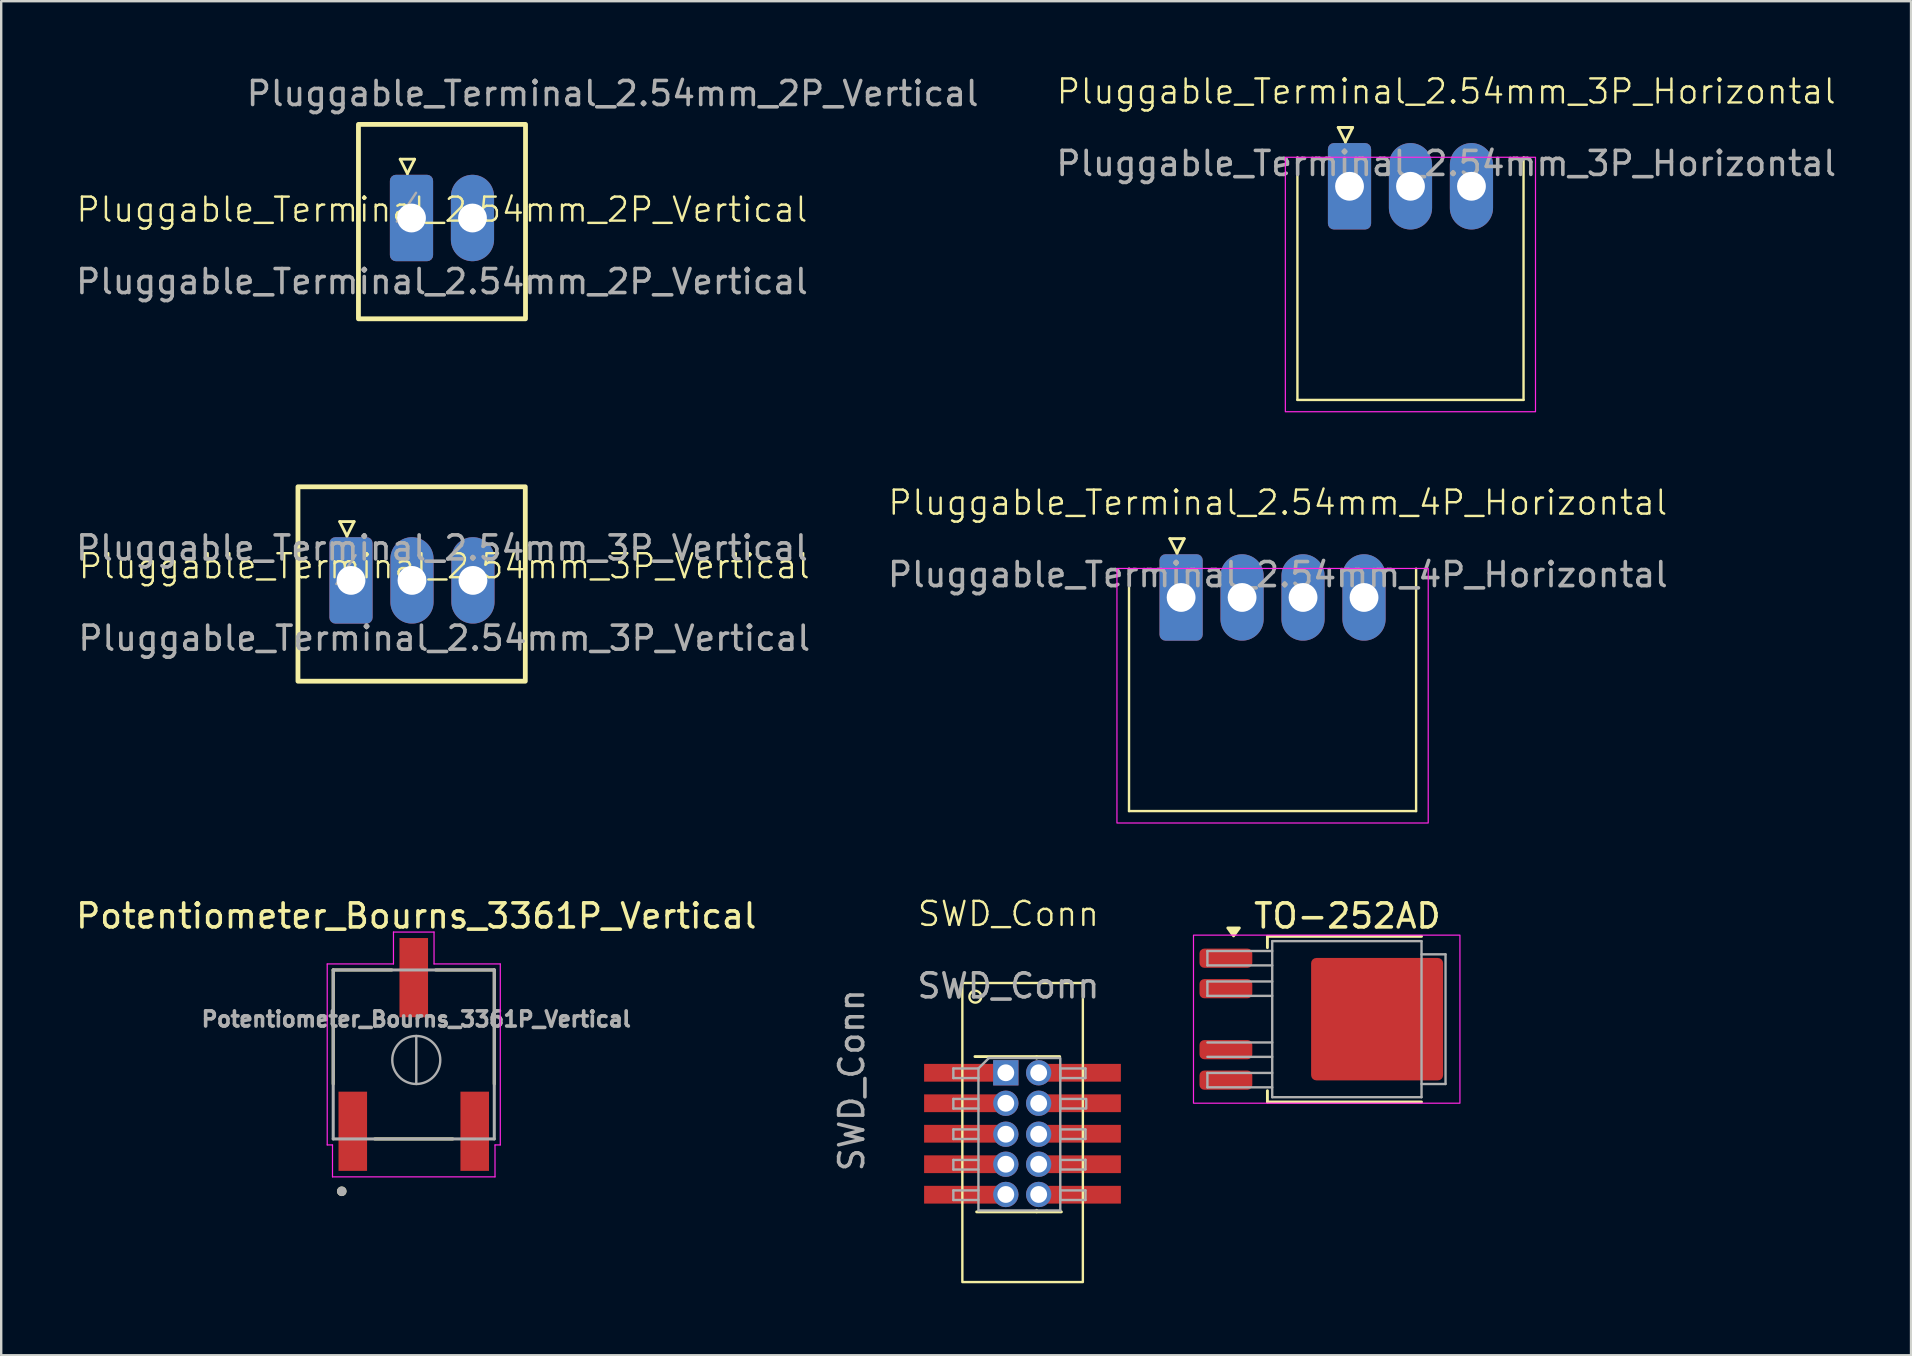
<source format=kicad_pcb>
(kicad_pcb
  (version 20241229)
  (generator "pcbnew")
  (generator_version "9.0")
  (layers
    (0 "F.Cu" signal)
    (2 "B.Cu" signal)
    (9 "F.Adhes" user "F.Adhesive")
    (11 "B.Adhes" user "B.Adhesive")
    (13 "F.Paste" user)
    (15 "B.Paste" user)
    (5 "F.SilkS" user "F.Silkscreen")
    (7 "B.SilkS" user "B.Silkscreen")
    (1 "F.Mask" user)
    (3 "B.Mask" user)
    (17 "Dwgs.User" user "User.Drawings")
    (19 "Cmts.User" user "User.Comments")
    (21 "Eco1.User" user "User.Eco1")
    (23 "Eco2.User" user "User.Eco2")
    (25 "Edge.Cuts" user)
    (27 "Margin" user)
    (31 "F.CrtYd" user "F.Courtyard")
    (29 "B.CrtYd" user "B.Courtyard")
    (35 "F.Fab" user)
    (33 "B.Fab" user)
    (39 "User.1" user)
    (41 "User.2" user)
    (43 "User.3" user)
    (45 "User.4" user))
  (footprint "Pluggable_Terminal_2.54mm_4P_Horizontal"
    (layer "F.Cu")
    (at 50.185 18.39)
    (property "Reference" "Pluggable_Terminal_2.54mm_4P_Horizontal" (at 0 -0.5 0) (unlocked yes) (layer "F.SilkS") (effects (font (size 1 1) (thickness 0.1))))
    (attr through_hole)
    (fp_line (start -6.2 2.25) (end -6.2 12.35) (stroke (width 0.1) (type default)) (layer "F.SilkS"))
    (fp_line (start -6.2 12.35) (end 5.76 12.35) (stroke (width 0.1) (type default)) (layer "F.SilkS"))
    (fp_line (start -4.5 1) (end -3.9 1) (stroke (width 0.12) (type solid)) (layer "F.SilkS"))
    (fp_line (start -4.2 1.6) (end -4.5 1) (stroke (width 0.12) (type solid)) (layer "F.SilkS"))
    (fp_line (start -3.9 1) (end -4.2 1.6) (stroke (width 0.12) (type solid)) (layer "F.SilkS"))
    (fp_line (start 5.76 2.25) (end 5.76 12.35) (stroke (width 0.1) (type default)) (layer "F.SilkS"))
    (fp_rect (start -6.703 2.242) (end 6.265 12.846) (stroke (width 0.05) (type default)) (fill no) (layer "F.CrtYd"))
    (fp_text user "${REFERENCE}" (at 0 2.5 0) (unlocked yes) (layer "F.Fab") (effects (font (size 1 1) (thickness 0.15))))
    (pad "1" thru_hole roundrect (at -4.03 3.45) (size 1.8 3.6) (drill 1.2) (layers "*.Cu" "*.Mask") (roundrect_rratio 0.139))
    (pad "2" thru_hole oval (at -1.49 3.45) (size 1.8 3.6) (drill 1.2) (layers "*.Cu" "*.Mask"))
    (pad "3" thru_hole oval (at 1.05 3.45) (size 1.8 3.6) (drill 1.2) (layers "*.Cu" "*.Mask"))
    (pad "4" thru_hole oval (at 3.59 3.45) (size 1.8 3.6) (drill 1.2) (layers "*.Cu" "*.Mask")))
  (footprint "Pluggable_Terminal_2.54mm_2P_Vertical"
    (layer "F.Cu")
    (at 15.363 6.182)
    (property "Reference" "Pluggable_Terminal_2.54mm_2P_Vertical" (at 0 -0.5 0) (unlocked yes) (layer "F.SilkS") (effects (font (size 1 1) (thickness 0.1))))
    (attr smd allow_soldermask_bridges)
    (fp_line (start -1.74 -2.6) (end -1.14 -2.6) (stroke (width 0.12) (type solid)) (layer "F.SilkS"))
    (fp_line (start -1.44 -2) (end -1.74 -2.6) (stroke (width 0.12) (type solid)) (layer "F.SilkS"))
    (fp_line (start -1.14 -2.6) (end -1.44 -2) (stroke (width 0.12) (type solid)) (layer "F.SilkS"))
    (fp_rect (start -3.48 -4.05) (end 3.48 4.05) (stroke (width 0.2) (type default)) (fill no) (layer "F.SilkS"))
    (fp_line (start -1.08 -1.2) (end -1.88 0) (stroke (width 0.1) (type solid)) (layer "F.Fab"))
    (fp_text user "${REFERENCE}" (at 0 2.5 0) (unlocked yes) (layer "F.Fab") (effects (font (size 1 1) (thickness 0.15))))
    (fp_text user "${REFERENCE}" (at 7.112 -5.334 0) (unlocked yes) (layer "F.Fab") (effects (font (size 1 1) (thickness 0.15))))
    (pad "1" thru_hole roundrect (at -1.27 -0.15) (size 1.8 3.6) (drill 1.2) (layers "*.Cu" "*.Mask") (roundrect_rratio 0.139))
    (pad "2" thru_hole oval (at 1.27 -0.15) (size 1.8 3.6) (drill 1.2) (layers "*.Cu" "*.Mask")))
  (footprint "Potentiometer_Bourns_3361P_Vertical"
    (layer "F.Cu")
    (at 14.292 41.109)
    (property "Reference" "Potentiometer_Bourns_3361P_Vertical" (at 0 -6 0) (layer "F.SilkS") (effects (font (size 1 1) (thickness 0.15))))
    (attr smd)
    (fp_line (start -3.46 -3.75) (end -3.46 1) (stroke (width 0.127) (type solid)) (layer "F.SilkS"))
    (fp_line (start -1.73 3.29) (end 1.52 3.29) (stroke (width 0.127) (type solid)) (layer "F.SilkS"))
    (fp_line (start -1.02 -3.75) (end -3.46 -3.75) (stroke (width 0.127) (type solid)) (layer "F.SilkS"))
    (fp_line (start 0.81 -3.75) (end 3.25 -3.75) (stroke (width 0.127) (type solid)) (layer "F.SilkS"))
    (fp_line (start 3.25 -3.75) (end 3.25 1) (stroke (width 0.127) (type solid)) (layer "F.SilkS"))
    (fp_circle (center -3.105 5.47) (end -3.105 5.37) (stroke (width 0.2) (type solid)) (fill no) (layer "F.SilkS"))
    (fp_line (start -3.71 -4) (end -0.95 -4) (stroke (width 0.05) (type solid)) (layer "F.CrtYd"))
    (fp_line (start -3.71 3.54) (end -3.71 -4) (stroke (width 0.05) (type solid)) (layer "F.CrtYd"))
    (fp_line (start -3.49 3.54) (end -3.71 3.54) (stroke (width 0.05) (type solid)) (layer "F.CrtYd"))
    (fp_line (start -3.49 4.87) (end -3.49 3.54) (stroke (width 0.05) (type solid)) (layer "F.CrtYd"))
    (fp_line (start -0.95 -5.33) (end 0.74 -5.33) (stroke (width 0.05) (type solid)) (layer "F.CrtYd"))
    (fp_line (start -0.95 -4) (end -0.95 -5.33) (stroke (width 0.05) (type solid)) (layer "F.CrtYd"))
    (fp_line (start 0.74 -5.33) (end 0.74 -4) (stroke (width 0.05) (type solid)) (layer "F.CrtYd"))
    (fp_line (start 0.74 -4) (end 3.5 -4) (stroke (width 0.05) (type solid)) (layer "F.CrtYd"))
    (fp_line (start 3.28 3.54) (end 3.28 4.87) (stroke (width 0.05) (type solid)) (layer "F.CrtYd"))
    (fp_line (start 3.28 4.87) (end -3.49 4.87) (stroke (width 0.05) (type solid)) (layer "F.CrtYd"))
    (fp_line (start 3.5 -4) (end 3.5 3.54) (stroke (width 0.05) (type solid)) (layer "F.CrtYd"))
    (fp_line (start 3.5 3.54) (end 3.28 3.54) (stroke (width 0.05) (type solid)) (layer "F.CrtYd"))
    (fp_line (start -3.46 -3.75) (end -3.46 3.29) (stroke (width 0.127) (type solid)) (layer "F.Fab"))
    (fp_line (start -3.46 3.29) (end 3.25 3.29) (stroke (width 0.127) (type solid)) (layer "F.Fab"))
    (fp_line (start 0 1) (end 0 -1) (stroke (width 0.1) (type solid)) (layer "F.Fab"))
    (fp_line (start 3.25 -3.75) (end -3.46 -3.75) (stroke (width 0.127) (type solid)) (layer "F.Fab"))
    (fp_line (start 3.25 3.29) (end 3.25 -3.75) (stroke (width 0.127) (type solid)) (layer "F.Fab"))
    (fp_circle (center -3.105 5.47) (end -3.105 5.37) (stroke (width 0.2) (type solid)) (fill no) (layer "F.Fab"))
    (fp_circle (center 0 0) (end 1 0) (stroke (width 0.1) (type solid)) (fill no) (layer "F.Fab"))
    (fp_text user "${REFERENCE}" (at 0 -1.7 0) (layer "F.Fab") (effects (font (size 0.63 0.63) (thickness 0.15))))
    (pad "1" smd rect (at -2.645 2.97 90) (size 3.3 1.19) (layers "F.Cu" "F.Mask" "F.Paste"))
    (pad "2" smd rect (at -0.105 -3.43 90) (size 3.3 1.19) (layers "F.Cu" "F.Mask" "F.Paste"))
    (pad "3" smd rect (at 2.435 2.97 90) (size 3.3 1.19) (layers "F.Cu" "F.Mask" "F.Paste")))
  (footprint "Pluggable_Terminal_2.54mm_3P_Horizontal"
    (layer "F.Cu")
    (at 57.201 1.26)
    (property "Reference" "Pluggable_Terminal_2.54mm_3P_Horizontal" (at 0 -0.5 0) (unlocked yes) (layer "F.SilkS") (effects (font (size 1 1) (thickness 0.1))))
    (attr through_hole)
    (fp_line (start -6.2 2.25) (end -6.2 12.35) (stroke (width 0.1) (type default)) (layer "F.SilkS"))
    (fp_line (start -6.2 12.35) (end 3.22 12.35) (stroke (width 0.1) (type default)) (layer "F.SilkS"))
    (fp_line (start -4.5 1) (end -3.9 1) (stroke (width 0.12) (type solid)) (layer "F.SilkS"))
    (fp_line (start -4.2 1.6) (end -4.5 1) (stroke (width 0.12) (type solid)) (layer "F.SilkS"))
    (fp_line (start -3.9 1) (end -4.2 1.6) (stroke (width 0.12) (type solid)) (layer "F.SilkS"))
    (fp_line (start 3.22 2.25) (end 3.22 12.35) (stroke (width 0.1) (type default)) (layer "F.SilkS"))
    (fp_rect (start -6.703 2.242) (end 3.718 12.844) (stroke (width 0.05) (type default)) (fill no) (layer "F.CrtYd"))
    (fp_text user "${REFERENCE}" (at 0 2.5 0) (unlocked yes) (layer "F.Fab") (effects (font (size 1 1) (thickness 0.15))))
    (pad "1" thru_hole roundrect (at -4.03 3.45) (size 1.8 3.6) (drill 1.2) (layers "*.Cu" "*.Mask") (roundrect_rratio 0.139))
    (pad "2" thru_hole oval (at -1.49 3.45) (size 1.8 3.6) (drill 1.2) (layers "*.Cu" "*.Mask"))
    (pad "3" thru_hole oval (at 1.05 3.45) (size 1.8 3.6) (drill 1.2) (layers "*.Cu" "*.Mask")))
  (footprint "TO-252AD"
    (layer "F.Cu")
    (at 53.081 35.609)
    (property "Reference" "TO-252AD" (at 0 -0.5 0) (unlocked yes) (layer "F.SilkS") (effects (font (size 1 1) (thickness 0.15))))
    (attr smd)
    (fp_line (start -3.33 0.35) (end -3.33 0.82) (stroke (width 0.12) (type solid)) (layer "F.SilkS"))
    (fp_line (start -3.33 7.25) (end -3.33 6.78) (stroke (width 0.12) (type solid)) (layer "F.SilkS"))
    (fp_line (start 3.09 0.35) (end -3.33 0.35) (stroke (width 0.12) (type solid)) (layer "F.SilkS"))
    (fp_line (start 3.09 7.25) (end -3.33 7.25) (stroke (width 0.12) (type solid)) (layer "F.SilkS"))
    (fp_poly (pts (xy -4.74 0.33) (xy -4.98 0) (xy -4.5 0) (xy -4.74 0.33)) (stroke (width 0.12) (type solid)) (fill yes) (layer "F.SilkS"))
    (fp_rect (start -6.41 0.3) (end 4.69 7.3) (stroke (width 0.05) (type solid)) (fill no) (layer "F.CrtYd"))
    (fp_line (start -5.83 0.96) (end -5.83 1.56) (stroke (width 0.1) (type solid)) (layer "F.Fab"))
    (fp_line (start -5.83 1.56) (end -3.13 1.56) (stroke (width 0.1) (type solid)) (layer "F.Fab"))
    (fp_line (start -5.83 2.23) (end -5.83 2.83) (stroke (width 0.1) (type solid)) (layer "F.Fab"))
    (fp_line (start -5.83 2.83) (end -3.13 2.83) (stroke (width 0.1) (type solid)) (layer "F.Fab"))
    (fp_line (start -5.83 5.37) (end -3.13 5.37) (stroke (width 0.1) (type solid)) (layer "F.Fab"))
    (fp_line (start -5.83 6.04) (end -5.83 6.64) (stroke (width 0.1) (type solid)) (layer "F.Fab"))
    (fp_line (start -5.83 6.64) (end -3.13 6.64) (stroke (width 0.1) (type solid)) (layer "F.Fab"))
    (fp_line (start -3.13 0.55) (end 3.09 0.55) (stroke (width 0.1) (type solid)) (layer "F.Fab"))
    (fp_line (start -3.13 0.96) (end -5.83 0.96) (stroke (width 0.1) (type solid)) (layer "F.Fab"))
    (fp_line (start -3.13 2.23) (end -5.83 2.23) (stroke (width 0.1) (type solid)) (layer "F.Fab"))
    (fp_line (start -3.13 4.77) (end -5.83 4.77) (stroke (width 0.1) (type solid)) (layer "F.Fab"))
    (fp_line (start -3.13 6.04) (end -5.83 6.04) (stroke (width 0.1) (type solid)) (layer "F.Fab"))
    (fp_line (start -3.13 7.05) (end -3.13 0.55) (stroke (width 0.1) (type solid)) (layer "F.Fab"))
    (fp_line (start 3.09 0.55) (end 3.09 7.05) (stroke (width 0.1) (type solid)) (layer "F.Fab"))
    (fp_line (start 3.09 1.1) (end 4.09 1.1) (stroke (width 0.1) (type solid)) (layer "F.Fab"))
    (fp_line (start 3.09 7.05) (end -3.13 7.05) (stroke (width 0.1) (type solid)) (layer "F.Fab"))
    (fp_line (start 4.09 1.1) (end 4.09 6.5) (stroke (width 0.1) (type solid)) (layer "F.Fab"))
    (fp_line (start 4.09 6.5) (end 3.09 6.5) (stroke (width 0.1) (type solid)) (layer "F.Fab"))
    (pad "1" smd roundrect (at -5.06 1.26) (size 2.2 0.8) (layers "F.Cu" "F.Mask" "F.Paste") (roundrect_rratio 0.25))
    (pad "2" smd roundrect (at -5.06 2.53) (size 2.2 0.8) (layers "F.Cu" "F.Mask" "F.Paste") (roundrect_rratio 0.25))
    (pad "3" smd roundrect (at 1.24 3.8) (size 5.5 5.1) (layers "F.Cu" "F.Mask") (roundrect_rratio 0.043))
    (pad "4" smd roundrect (at -5.06 5.07) (size 2.2 0.8) (layers "F.Cu" "F.Mask" "F.Paste") (roundrect_rratio 0.25))
    (pad "5" smd roundrect (at -5.06 6.34) (size 2.2 0.8) (layers "F.Cu" "F.Mask" "F.Paste") (roundrect_rratio 0.25)))
  (footprint "Pluggable_Terminal_2.54mm_3P_Vertical"
    (layer "F.Cu")
    (at 15.459 21.039)
    (property "Reference" "Pluggable_Terminal_2.54mm_3P_Vertical" (at 0 -0.5 0) (unlocked yes) (layer "F.SilkS") (effects (font (size 1 1) (thickness 0.1))))
    (attr smd allow_soldermask_bridges)
    (fp_line (start -4.356 -2.36) (end -3.756 -2.36) (stroke (width 0.12) (type solid)) (layer "F.SilkS"))
    (fp_line (start -4.056 -1.76) (end -4.356 -2.36) (stroke (width 0.12) (type solid)) (layer "F.SilkS"))
    (fp_line (start -3.756 -2.36) (end -4.056 -1.76) (stroke (width 0.12) (type solid)) (layer "F.SilkS"))
    (fp_rect (start -6.096 -3.81) (end 3.375 4.29) (stroke (width 0.2) (type default)) (fill no) (layer "F.SilkS"))
    (fp_line (start -3.696 -0.96) (end -4.496 0.24) (stroke (width 0.1) (type solid)) (layer "F.Fab"))
    (fp_text user "${REFERENCE}" (at 0 2.5 0) (unlocked yes) (layer "F.Fab") (effects (font (size 1 1) (thickness 0.15))))
    (fp_text user "${REFERENCE}" (at -0.096 -1.26 0) (unlocked yes) (layer "F.Fab") (effects (font (size 1 1) (thickness 0.15))))
    (pad "1" thru_hole roundrect (at -3.886 0.09) (size 1.8 3.6) (drill 1.2) (layers "*.Cu" "*.Mask") (roundrect_rratio 0.139))
    (pad "2" thru_hole oval (at -1.346 0.09) (size 1.8 3.6) (drill 1.2) (layers "*.Cu" "*.Mask"))
    (pad "3" thru_hole oval (at 1.194 0.09) (size 1.8 3.6) (drill 1.2) (layers "*.Cu" "*.Mask")))
  (footprint "SWD_Conn"
    (layer "F.Cu")
    (at 38.962 35.522)
    (property "Reference" "SWD_Conn" (at 0 -0.5 0) (unlocked yes) (layer "F.SilkS") (effects (font (size 1 1) (thickness 0.1))))
    (fp_line (start -1.395 5.445) (end 2.135 5.445) (stroke (width 0.12) (type solid)) (layer "F.SilkS"))
    (fp_line (start -1.325 11.915) (end 2.205 11.915) (stroke (width 0.12) (type solid)) (layer "F.SilkS"))
    (fp_line (start 1.175 5.445) (end 1.175 5.51) (stroke (width 0.12) (type solid)) (layer "F.SilkS"))
    (fp_line (start 1.175 11.85) (end 1.175 11.915) (stroke (width 0.12) (type solid)) (layer "F.SilkS"))
    (fp_rect (start -1.92 2.38) (end 3.1 14.84) (stroke (width 0.1) (type default)) (fill no) (layer "F.SilkS"))
    (fp_circle (center -1.38 2.95) (end -1.25 3.16) (stroke (width 0.1) (type default)) (fill no) (layer "F.SilkS"))
    (fp_line (start -2.295 5.94) (end -2.295 6.34) (stroke (width 0.1) (type solid)) (layer "F.Fab"))
    (fp_line (start -2.295 6.34) (end -1.25 6.34) (stroke (width 0.1) (type solid)) (layer "F.Fab"))
    (fp_line (start -2.295 7.21) (end -2.295 7.61) (stroke (width 0.1) (type solid)) (layer "F.Fab"))
    (fp_line (start -2.295 7.61) (end -1.25 7.61) (stroke (width 0.1) (type solid)) (layer "F.Fab"))
    (fp_line (start -2.295 8.48) (end -2.295 8.88) (stroke (width 0.1) (type solid)) (layer "F.Fab"))
    (fp_line (start -2.295 8.88) (end -1.25 8.88) (stroke (width 0.1) (type solid)) (layer "F.Fab"))
    (fp_line (start -2.295 9.75) (end -2.295 10.15) (stroke (width 0.1) (type solid)) (layer "F.Fab"))
    (fp_line (start -2.295 10.15) (end -1.25 10.15) (stroke (width 0.1) (type solid)) (layer "F.Fab"))
    (fp_line (start -2.295 11.02) (end -2.295 11.42) (stroke (width 0.1) (type solid)) (layer "F.Fab"))
    (fp_line (start -2.295 11.42) (end -1.25 11.42) (stroke (width 0.1) (type solid)) (layer "F.Fab"))
    (fp_line (start -1.25 5.94) (end -2.295 5.94) (stroke (width 0.1) (type solid)) (layer "F.Fab"))
    (fp_line (start -1.25 5.94) (end -0.815 5.505) (stroke (width 0.1) (type solid)) (layer "F.Fab"))
    (fp_line (start -1.25 7.21) (end -2.295 7.21) (stroke (width 0.1) (type solid)) (layer "F.Fab"))
    (fp_line (start -1.25 8.48) (end -2.295 8.48) (stroke (width 0.1) (type solid)) (layer "F.Fab"))
    (fp_line (start -1.25 9.75) (end -2.295 9.75) (stroke (width 0.1) (type solid)) (layer "F.Fab"))
    (fp_line (start -1.25 11.02) (end -2.295 11.02) (stroke (width 0.1) (type solid)) (layer "F.Fab"))
    (fp_line (start -1.25 11.855) (end -1.25 5.94) (stroke (width 0.1) (type solid)) (layer "F.Fab"))
    (fp_line (start -0.84 5.505) (end 2.135 5.505) (stroke (width 0.1) (type solid)) (layer "F.Fab"))
    (fp_line (start 2.16 5.51) (end 2.16 11.86) (stroke (width 0.1) (type solid)) (layer "F.Fab"))
    (fp_line (start 2.16 5.94) (end 2.16 6.34) (stroke (width 0.1) (type solid)) (layer "F.Fab"))
    (fp_line (start 2.16 5.94) (end 3.205 5.94) (stroke (width 0.1) (type solid)) (layer "F.Fab"))
    (fp_line (start 2.16 7.21) (end 2.16 7.61) (stroke (width 0.1) (type solid)) (layer "F.Fab"))
    (fp_line (start 2.16 7.21) (end 3.205 7.21) (stroke (width 0.1) (type solid)) (layer "F.Fab"))
    (fp_line (start 2.16 8.48) (end 2.16 8.88) (stroke (width 0.1) (type solid)) (layer "F.Fab"))
    (fp_line (start 2.16 8.48) (end 3.205 8.48) (stroke (width 0.1) (type solid)) (layer "F.Fab"))
    (fp_line (start 2.16 9.75) (end 2.16 10.15) (stroke (width 0.1) (type solid)) (layer "F.Fab"))
    (fp_line (start 2.16 9.75) (end 3.205 9.75) (stroke (width 0.1) (type solid)) (layer "F.Fab"))
    (fp_line (start 2.16 11.02) (end 2.16 11.42) (stroke (width 0.1) (type solid)) (layer "F.Fab"))
    (fp_line (start 2.16 11.02) (end 3.205 11.02) (stroke (width 0.1) (type solid)) (layer "F.Fab"))
    (fp_line (start 2.165 11.855) (end -1.245 11.855) (stroke (width 0.1) (type solid)) (layer "F.Fab"))
    (fp_line (start 3.205 6.34) (end 2.16 6.34) (stroke (width 0.1) (type solid)) (layer "F.Fab"))
    (fp_line (start 3.205 7.61) (end 2.16 7.61) (stroke (width 0.1) (type solid)) (layer "F.Fab"))
    (fp_line (start 3.205 8.88) (end 2.16 8.88) (stroke (width 0.1) (type solid)) (layer "F.Fab"))
    (fp_line (start 3.205 10.15) (end 2.16 10.15) (stroke (width 0.1) (type solid)) (layer "F.Fab"))
    (fp_line (start 3.205 11.42) (end 2.16 11.42) (stroke (width 0.1) (type solid)) (layer "F.Fab"))
    (fp_line (start 3.21 5.94) (end 3.21 6.34) (stroke (width 0.1) (type solid)) (layer "F.Fab"))
    (fp_line (start 3.21 8.48) (end 3.21 8.88) (stroke (width 0.1) (type solid)) (layer "F.Fab"))
    (fp_line (start 3.21 9.74) (end 3.21 10.14) (stroke (width 0.1) (type solid)) (layer "F.Fab"))
    (fp_line (start 3.21 11.02) (end 3.21 11.42) (stroke (width 0.1) (type solid)) (layer "F.Fab"))
    (fp_line (start 3.24 7.21) (end 3.24 7.61) (stroke (width 0.1) (type solid)) (layer "F.Fab"))
    (fp_text user "${REFERENCE}" (at 0 2.5 0) (unlocked yes) (layer "F.Fab") (effects (font (size 1 1) (thickness 0.15))))
    (fp_text user "${REFERENCE}" (at -6.53 6.43 90) (layer "F.Fab") (effects (font (size 1 1) (thickness 0.15))))
    (pad "1" smd rect (at -1.99 6.12) (size 3.048 0.74) (layers "F.Cu" "F.Mask" "F.Paste"))
    (pad "1" thru_hole rect (at -0.11 6.12) (size 1.055 1.055) (drill 0.7) (layers "*.Cu" "*.Mask"))
    (pad "2" thru_hole circle (at 1.26 6.12) (size 1.055 1.055) (drill 0.7) (layers "*.Cu" "*.Mask"))
    (pad "2" smd rect (at 3.16 6.12) (size 3.048 0.74) (layers "F.Cu" "F.Mask" "F.Paste"))
    (pad "3" smd rect (at -1.99 7.39) (size 3.048 0.74) (layers "F.Cu" "F.Mask" "F.Paste"))
    (pad "3" thru_hole circle (at -0.11 7.39) (size 1.055 1.055) (drill 0.7) (layers "*.Cu" "*.Mask"))
    (pad "4" thru_hole circle (at 1.26 7.39) (size 1.055 1.055) (drill 0.7) (layers "*.Cu" "*.Mask"))
    (pad "4" smd rect (at 3.16 7.39) (size 3.048 0.74) (layers "F.Cu" "F.Mask" "F.Paste"))
    (pad "5" smd rect (at -1.99 8.66) (size 3.048 0.74) (layers "F.Cu" "F.Mask" "F.Paste"))
    (pad "5" thru_hole circle (at -0.11 8.68) (size 1.055 1.055) (drill 0.7) (layers "*.Cu" "*.Mask"))
    (pad "6" thru_hole circle (at 1.26 8.68) (size 1.055 1.055) (drill 0.7) (layers "*.Cu" "*.Mask"))
    (pad "6" smd rect (at 3.16 8.66) (size 3.048 0.74) (layers "F.Cu" "F.Mask" "F.Paste"))
    (pad "7" smd rect (at -1.99 9.93) (size 3.048 0.74) (layers "F.Cu" "F.Mask" "F.Paste"))
    (pad "7" thru_hole circle (at -0.11 9.93) (size 1.055 1.055) (drill 0.7) (layers "*.Cu" "*.Mask"))
    (pad "8" thru_hole circle (at 1.26 9.93) (size 1.055 1.055) (drill 0.7) (layers "*.Cu" "*.Mask"))
    (pad "8" smd rect (at 3.16 9.93) (size 3.048 0.74) (layers "F.Cu" "F.Mask" "F.Paste"))
    (pad "9" smd rect (at -1.99 11.2) (size 3.048 0.74) (layers "F.Cu" "F.Mask" "F.Paste"))
    (pad "9" thru_hole circle (at -0.11 11.19) (size 1.055 1.055) (drill 0.7) (layers "*.Cu" "*.Mask"))
    (pad "10" thru_hole circle (at 1.26 11.19) (size 1.055 1.055) (drill 0.7) (layers "*.Cu" "*.Mask"))
    (pad "10" smd rect (at 3.16 11.2) (size 3.048 0.74) (layers "F.Cu" "F.Mask" "F.Paste")))
  (gr_rect
    (start -3 -3)
    (end 76.564 53.412)
    (stroke (width 0.1) (type default))
    (fill no)
    (layer "Edge.Cuts")))
</source>
